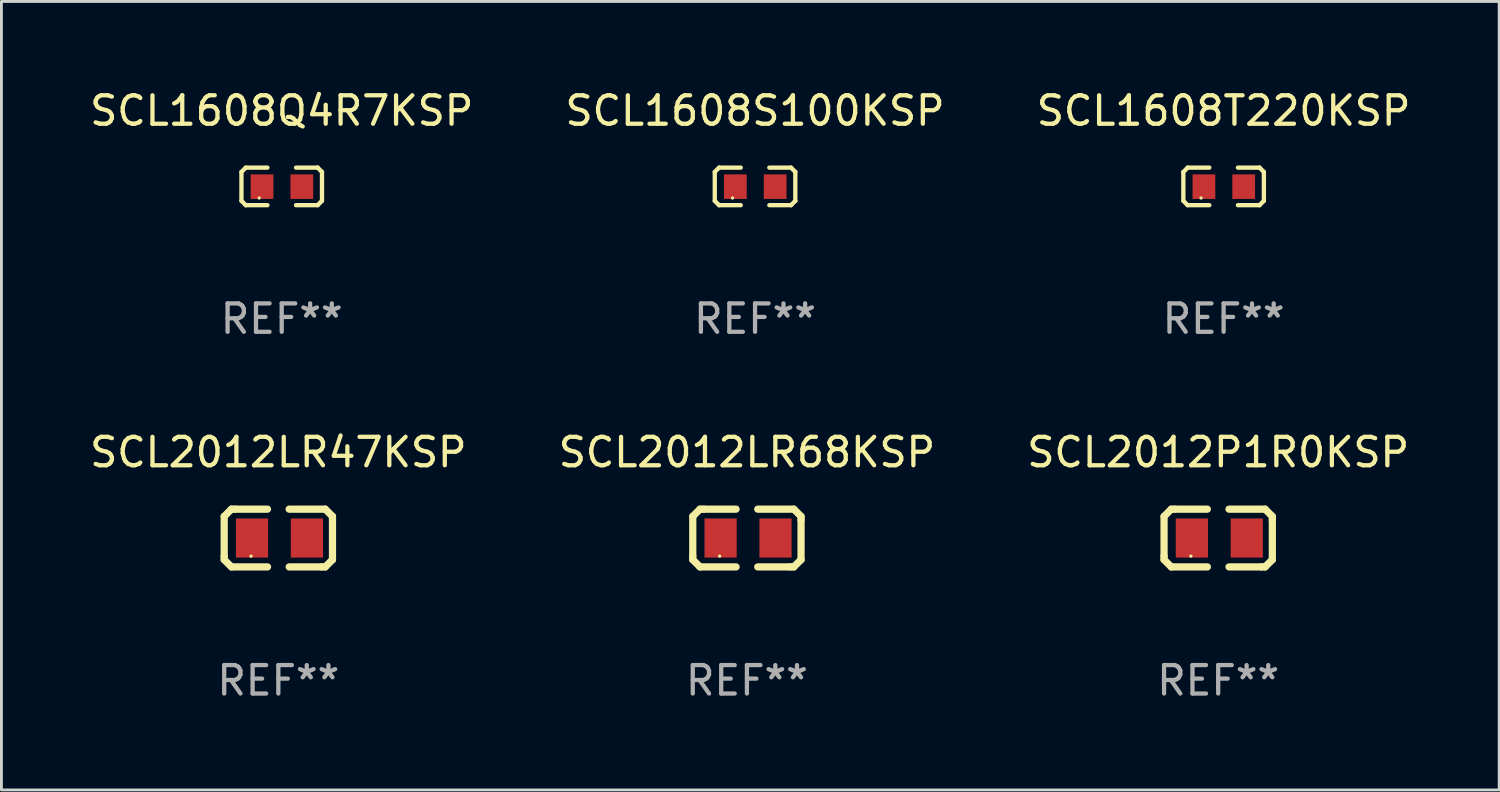
<source format=kicad_pcb>
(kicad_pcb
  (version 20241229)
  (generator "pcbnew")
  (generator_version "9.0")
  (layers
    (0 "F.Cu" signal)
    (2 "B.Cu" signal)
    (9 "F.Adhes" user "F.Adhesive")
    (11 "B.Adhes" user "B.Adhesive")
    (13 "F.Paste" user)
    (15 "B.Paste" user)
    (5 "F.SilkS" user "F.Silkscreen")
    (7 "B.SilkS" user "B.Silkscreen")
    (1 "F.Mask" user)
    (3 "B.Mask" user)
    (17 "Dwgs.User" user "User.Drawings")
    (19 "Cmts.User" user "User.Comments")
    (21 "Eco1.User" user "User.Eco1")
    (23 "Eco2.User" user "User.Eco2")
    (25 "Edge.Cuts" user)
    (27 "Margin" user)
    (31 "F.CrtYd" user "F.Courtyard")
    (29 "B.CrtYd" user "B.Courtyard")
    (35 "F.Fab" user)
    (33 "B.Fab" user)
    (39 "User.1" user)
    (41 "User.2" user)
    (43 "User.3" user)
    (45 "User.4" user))
  (footprint "SCL1608T220KSP"
    (layer "F.Cu")
    (at 40.006 3.509)
    (property "Reference" "SCL1608T220KSP" (at 0 -2.661 0) (layer "F.SilkS") (effects (font (size 1 1) (thickness 0.15))))
    (attr through_hole)
    (fp_line (start -1.417 -0.508) (end -1.265 -0.661) (stroke (width 0.152) (type solid)) (layer "F.SilkS"))
    (fp_line (start -1.417 0.508) (end -1.417 -0.508) (stroke (width 0.152) (type solid)) (layer "F.SilkS"))
    (fp_line (start -1.265 -0.661) (end -0.503 -0.661) (stroke (width 0.152) (type solid)) (layer "F.SilkS"))
    (fp_line (start -1.265 0.661) (end -1.417 0.508) (stroke (width 0.152) (type solid)) (layer "F.SilkS"))
    (fp_line (start -1.265 0.661) (end -0.503 0.661) (stroke (width 0.152) (type solid)) (layer "F.SilkS"))
    (fp_line (start 1.265 -0.661) (end 0.503 -0.661) (stroke (width 0.152) (type solid)) (layer "F.SilkS"))
    (fp_line (start 1.265 -0.661) (end 1.417 -0.508) (stroke (width 0.152) (type solid)) (layer "F.SilkS"))
    (fp_line (start 1.265 0.661) (end 0.503 0.661) (stroke (width 0.152) (type solid)) (layer "F.SilkS"))
    (fp_line (start 1.417 -0.508) (end 1.417 0.508) (stroke (width 0.152) (type solid)) (layer "F.SilkS"))
    (fp_line (start 1.417 0.508) (end 1.265 0.661) (stroke (width 0.152) (type solid)) (layer "F.SilkS"))
    (fp_circle (center -0.793 0.409) (end -0.763 0.409) (stroke (width 0.06) (type solid)) (fill no) (layer "F.SilkS"))
    (fp_text user "REF**" (at 0 4.661 0) (layer "F.Fab") (effects (font (size 1 1) (thickness 0.15))))
    (pad "1" smd rect (at -0.693 0.009 180) (size 0.8 0.864) (layers "F.Cu" "F.Mask" "F.Paste"))
    (pad "2" smd rect (at 0.707 0.009 180) (size 0.8 0.864) (layers "F.Cu" "F.Mask" "F.Paste")))
  (footprint "SCL1608Q4R7KSP"
    (layer "F.Cu")
    (at 6.863 3.509)
    (property "Reference" "SCL1608Q4R7KSP" (at 0 -2.661 0) (layer "F.SilkS") (effects (font (size 1 1) (thickness 0.15))))
    (attr through_hole)
    (fp_line (start -1.417 -0.508) (end -1.265 -0.661) (stroke (width 0.152) (type solid)) (layer "F.SilkS"))
    (fp_line (start -1.417 0.508) (end -1.417 -0.508) (stroke (width 0.152) (type solid)) (layer "F.SilkS"))
    (fp_line (start -1.265 -0.661) (end -0.503 -0.661) (stroke (width 0.152) (type solid)) (layer "F.SilkS"))
    (fp_line (start -1.265 0.661) (end -1.417 0.508) (stroke (width 0.152) (type solid)) (layer "F.SilkS"))
    (fp_line (start -1.265 0.661) (end -0.503 0.661) (stroke (width 0.152) (type solid)) (layer "F.SilkS"))
    (fp_line (start 1.265 -0.661) (end 0.503 -0.661) (stroke (width 0.152) (type solid)) (layer "F.SilkS"))
    (fp_line (start 1.265 -0.661) (end 1.417 -0.508) (stroke (width 0.152) (type solid)) (layer "F.SilkS"))
    (fp_line (start 1.265 0.661) (end 0.503 0.661) (stroke (width 0.152) (type solid)) (layer "F.SilkS"))
    (fp_line (start 1.417 -0.508) (end 1.417 0.508) (stroke (width 0.152) (type solid)) (layer "F.SilkS"))
    (fp_line (start 1.417 0.508) (end 1.265 0.661) (stroke (width 0.152) (type solid)) (layer "F.SilkS"))
    (fp_circle (center -0.793 0.409) (end -0.763 0.409) (stroke (width 0.06) (type solid)) (fill no) (layer "F.SilkS"))
    (fp_text user "REF**" (at 0 4.661 0) (layer "F.Fab") (effects (font (size 1 1) (thickness 0.15))))
    (pad "1" smd rect (at -0.693 0.009 180) (size 0.8 0.864) (layers "F.Cu" "F.Mask" "F.Paste"))
    (pad "2" smd rect (at 0.707 0.009 180) (size 0.8 0.864) (layers "F.Cu" "F.Mask" "F.Paste")))
  (footprint "SCL2012LR68KSP"
    (layer "F.Cu")
    (at 23.232 15.882)
    (property "Reference" "SCL2012LR68KSP" (at 0 -3.016 0) (layer "F.SilkS") (effects (font (size 1 1) (thickness 0.15))))
    (attr through_hole)
    (fp_line (start -1.905 -0.762) (end -1.905 0.635) (stroke (width 0.254) (type solid)) (layer "F.SilkS"))
    (fp_line (start -1.905 0.635) (end -1.905 0.762) (stroke (width 0.254) (type solid)) (layer "F.SilkS"))
    (fp_line (start -1.905 0.762) (end -1.651 1.016) (stroke (width 0.254) (type solid)) (layer "F.SilkS"))
    (fp_line (start -1.651 -1.016) (end -1.905 -0.762) (stroke (width 0.254) (type solid)) (layer "F.SilkS"))
    (fp_line (start -1.651 1.016) (end -0.381 1.016) (stroke (width 0.254) (type solid)) (layer "F.SilkS"))
    (fp_line (start -1.524 -1.016) (end -1.651 -1.016) (stroke (width 0.254) (type solid)) (layer "F.SilkS"))
    (fp_line (start -0.381 -1.016) (end -1.524 -1.016) (stroke (width 0.254) (type solid)) (layer "F.SilkS"))
    (fp_line (start 0.381 1.016) (end 1.524 1.016) (stroke (width 0.254) (type solid)) (layer "F.SilkS"))
    (fp_line (start 1.524 1.016) (end 1.651 1.016) (stroke (width 0.254) (type solid)) (layer "F.SilkS"))
    (fp_line (start 1.651 -1.016) (end 0.381 -1.016) (stroke (width 0.254) (type solid)) (layer "F.SilkS"))
    (fp_line (start 1.651 1.016) (end 1.905 0.762) (stroke (width 0.254) (type solid)) (layer "F.SilkS"))
    (fp_line (start 1.905 -0.762) (end 1.651 -1.016) (stroke (width 0.254) (type solid)) (layer "F.SilkS"))
    (fp_line (start 1.905 -0.635) (end 1.905 -0.762) (stroke (width 0.254) (type solid)) (layer "F.SilkS"))
    (fp_line (start 1.905 0.762) (end 1.905 -0.635) (stroke (width 0.254) (type solid)) (layer "F.SilkS"))
    (fp_circle (center -0.96 0.637) (end -0.93 0.637) (stroke (width 0.06) (type solid)) (fill no) (layer "F.SilkS"))
    (fp_text user "REF**" (at 0 5.016 0) (layer "F.Fab") (effects (font (size 1 1) (thickness 0.15))))
    (pad "1" smd rect (at -0.926 -0.000051) (size 1.133 1.377) (layers "F.Cu" "F.Mask" "F.Paste"))
    (pad "2" smd rect (at 1.006 -0.000051) (size 1.133 1.377) (layers "F.Cu" "F.Mask" "F.Paste")))
  (footprint "SCL2012LR47KSP"
    (layer "F.Cu")
    (at 6.744 15.882)
    (property "Reference" "SCL2012LR47KSP" (at 0 -3.016 0) (layer "F.SilkS") (effects (font (size 1 1) (thickness 0.15))))
    (attr through_hole)
    (fp_line (start -1.905 -0.762) (end -1.905 0.635) (stroke (width 0.254) (type solid)) (layer "F.SilkS"))
    (fp_line (start -1.905 0.635) (end -1.905 0.762) (stroke (width 0.254) (type solid)) (layer "F.SilkS"))
    (fp_line (start -1.905 0.762) (end -1.651 1.016) (stroke (width 0.254) (type solid)) (layer "F.SilkS"))
    (fp_line (start -1.651 -1.016) (end -1.905 -0.762) (stroke (width 0.254) (type solid)) (layer "F.SilkS"))
    (fp_line (start -1.651 1.016) (end -0.381 1.016) (stroke (width 0.254) (type solid)) (layer "F.SilkS"))
    (fp_line (start -1.524 -1.016) (end -1.651 -1.016) (stroke (width 0.254) (type solid)) (layer "F.SilkS"))
    (fp_line (start -0.381 -1.016) (end -1.524 -1.016) (stroke (width 0.254) (type solid)) (layer "F.SilkS"))
    (fp_line (start 0.381 1.016) (end 1.524 1.016) (stroke (width 0.254) (type solid)) (layer "F.SilkS"))
    (fp_line (start 1.524 1.016) (end 1.651 1.016) (stroke (width 0.254) (type solid)) (layer "F.SilkS"))
    (fp_line (start 1.651 -1.016) (end 0.381 -1.016) (stroke (width 0.254) (type solid)) (layer "F.SilkS"))
    (fp_line (start 1.651 1.016) (end 1.905 0.762) (stroke (width 0.254) (type solid)) (layer "F.SilkS"))
    (fp_line (start 1.905 -0.762) (end 1.651 -1.016) (stroke (width 0.254) (type solid)) (layer "F.SilkS"))
    (fp_line (start 1.905 -0.635) (end 1.905 -0.762) (stroke (width 0.254) (type solid)) (layer "F.SilkS"))
    (fp_line (start 1.905 0.762) (end 1.905 -0.635) (stroke (width 0.254) (type solid)) (layer "F.SilkS"))
    (fp_circle (center -0.96 0.637) (end -0.93 0.637) (stroke (width 0.06) (type solid)) (fill no) (layer "F.SilkS"))
    (fp_text user "REF**" (at 0 5.016 0) (layer "F.Fab") (effects (font (size 1 1) (thickness 0.15))))
    (pad "1" smd rect (at -0.926 -0.000051) (size 1.133 1.377) (layers "F.Cu" "F.Mask" "F.Paste"))
    (pad "2" smd rect (at 1.006 -0.000051) (size 1.133 1.377) (layers "F.Cu" "F.Mask" "F.Paste")))
  (footprint "SCL1608S100KSP"
    (layer "F.Cu")
    (at 23.518 3.509)
    (property "Reference" "SCL1608S100KSP" (at 0 -2.661 0) (layer "F.SilkS") (effects (font (size 1 1) (thickness 0.15))))
    (attr through_hole)
    (fp_line (start -1.417 -0.508) (end -1.265 -0.661) (stroke (width 0.152) (type solid)) (layer "F.SilkS"))
    (fp_line (start -1.417 0.508) (end -1.417 -0.508) (stroke (width 0.152) (type solid)) (layer "F.SilkS"))
    (fp_line (start -1.265 -0.661) (end -0.503 -0.661) (stroke (width 0.152) (type solid)) (layer "F.SilkS"))
    (fp_line (start -1.265 0.661) (end -1.417 0.508) (stroke (width 0.152) (type solid)) (layer "F.SilkS"))
    (fp_line (start -1.265 0.661) (end -0.503 0.661) (stroke (width 0.152) (type solid)) (layer "F.SilkS"))
    (fp_line (start 1.265 -0.661) (end 0.503 -0.661) (stroke (width 0.152) (type solid)) (layer "F.SilkS"))
    (fp_line (start 1.265 -0.661) (end 1.417 -0.508) (stroke (width 0.152) (type solid)) (layer "F.SilkS"))
    (fp_line (start 1.265 0.661) (end 0.503 0.661) (stroke (width 0.152) (type solid)) (layer "F.SilkS"))
    (fp_line (start 1.417 -0.508) (end 1.417 0.508) (stroke (width 0.152) (type solid)) (layer "F.SilkS"))
    (fp_line (start 1.417 0.508) (end 1.265 0.661) (stroke (width 0.152) (type solid)) (layer "F.SilkS"))
    (fp_circle (center -0.793 0.409) (end -0.763 0.409) (stroke (width 0.06) (type solid)) (fill no) (layer "F.SilkS"))
    (fp_text user "REF**" (at 0 4.661 0) (layer "F.Fab") (effects (font (size 1 1) (thickness 0.15))))
    (pad "1" smd rect (at -0.693 0.009 180) (size 0.8 0.864) (layers "F.Cu" "F.Mask" "F.Paste"))
    (pad "2" smd rect (at 0.707 0.009 180) (size 0.8 0.864) (layers "F.Cu" "F.Mask" "F.Paste")))
  (footprint "SCL2012P1R0KSP"
    (layer "F.Cu")
    (at 39.815 15.882)
    (property "Reference" "SCL2012P1R0KSP" (at 0 -3.016 0) (layer "F.SilkS") (effects (font (size 1 1) (thickness 0.15))))
    (attr through_hole)
    (fp_line (start -1.905 -0.762) (end -1.905 0.635) (stroke (width 0.254) (type solid)) (layer "F.SilkS"))
    (fp_line (start -1.905 0.635) (end -1.905 0.762) (stroke (width 0.254) (type solid)) (layer "F.SilkS"))
    (fp_line (start -1.905 0.762) (end -1.651 1.016) (stroke (width 0.254) (type solid)) (layer "F.SilkS"))
    (fp_line (start -1.651 -1.016) (end -1.905 -0.762) (stroke (width 0.254) (type solid)) (layer "F.SilkS"))
    (fp_line (start -1.651 1.016) (end -0.381 1.016) (stroke (width 0.254) (type solid)) (layer "F.SilkS"))
    (fp_line (start -1.524 -1.016) (end -1.651 -1.016) (stroke (width 0.254) (type solid)) (layer "F.SilkS"))
    (fp_line (start -0.381 -1.016) (end -1.524 -1.016) (stroke (width 0.254) (type solid)) (layer "F.SilkS"))
    (fp_line (start 0.381 1.016) (end 1.524 1.016) (stroke (width 0.254) (type solid)) (layer "F.SilkS"))
    (fp_line (start 1.524 1.016) (end 1.651 1.016) (stroke (width 0.254) (type solid)) (layer "F.SilkS"))
    (fp_line (start 1.651 -1.016) (end 0.381 -1.016) (stroke (width 0.254) (type solid)) (layer "F.SilkS"))
    (fp_line (start 1.651 1.016) (end 1.905 0.762) (stroke (width 0.254) (type solid)) (layer "F.SilkS"))
    (fp_line (start 1.905 -0.762) (end 1.651 -1.016) (stroke (width 0.254) (type solid)) (layer "F.SilkS"))
    (fp_line (start 1.905 -0.635) (end 1.905 -0.762) (stroke (width 0.254) (type solid)) (layer "F.SilkS"))
    (fp_line (start 1.905 0.762) (end 1.905 -0.635) (stroke (width 0.254) (type solid)) (layer "F.SilkS"))
    (fp_circle (center -0.96 0.637) (end -0.93 0.637) (stroke (width 0.06) (type solid)) (fill no) (layer "F.SilkS"))
    (fp_text user "REF**" (at 0 5.016 0) (layer "F.Fab") (effects (font (size 1 1) (thickness 0.15))))
    (pad "1" smd rect (at -0.926 -0.000051) (size 1.133 1.377) (layers "F.Cu" "F.Mask" "F.Paste"))
    (pad "2" smd rect (at 1.006 -0.000051) (size 1.133 1.377) (layers "F.Cu" "F.Mask" "F.Paste")))
  (gr_rect
    (start -3 -3)
    (end 49.702 24.746)
    (stroke (width 0.1) (type default))
    (fill no)
    (layer "Edge.Cuts")))
</source>
